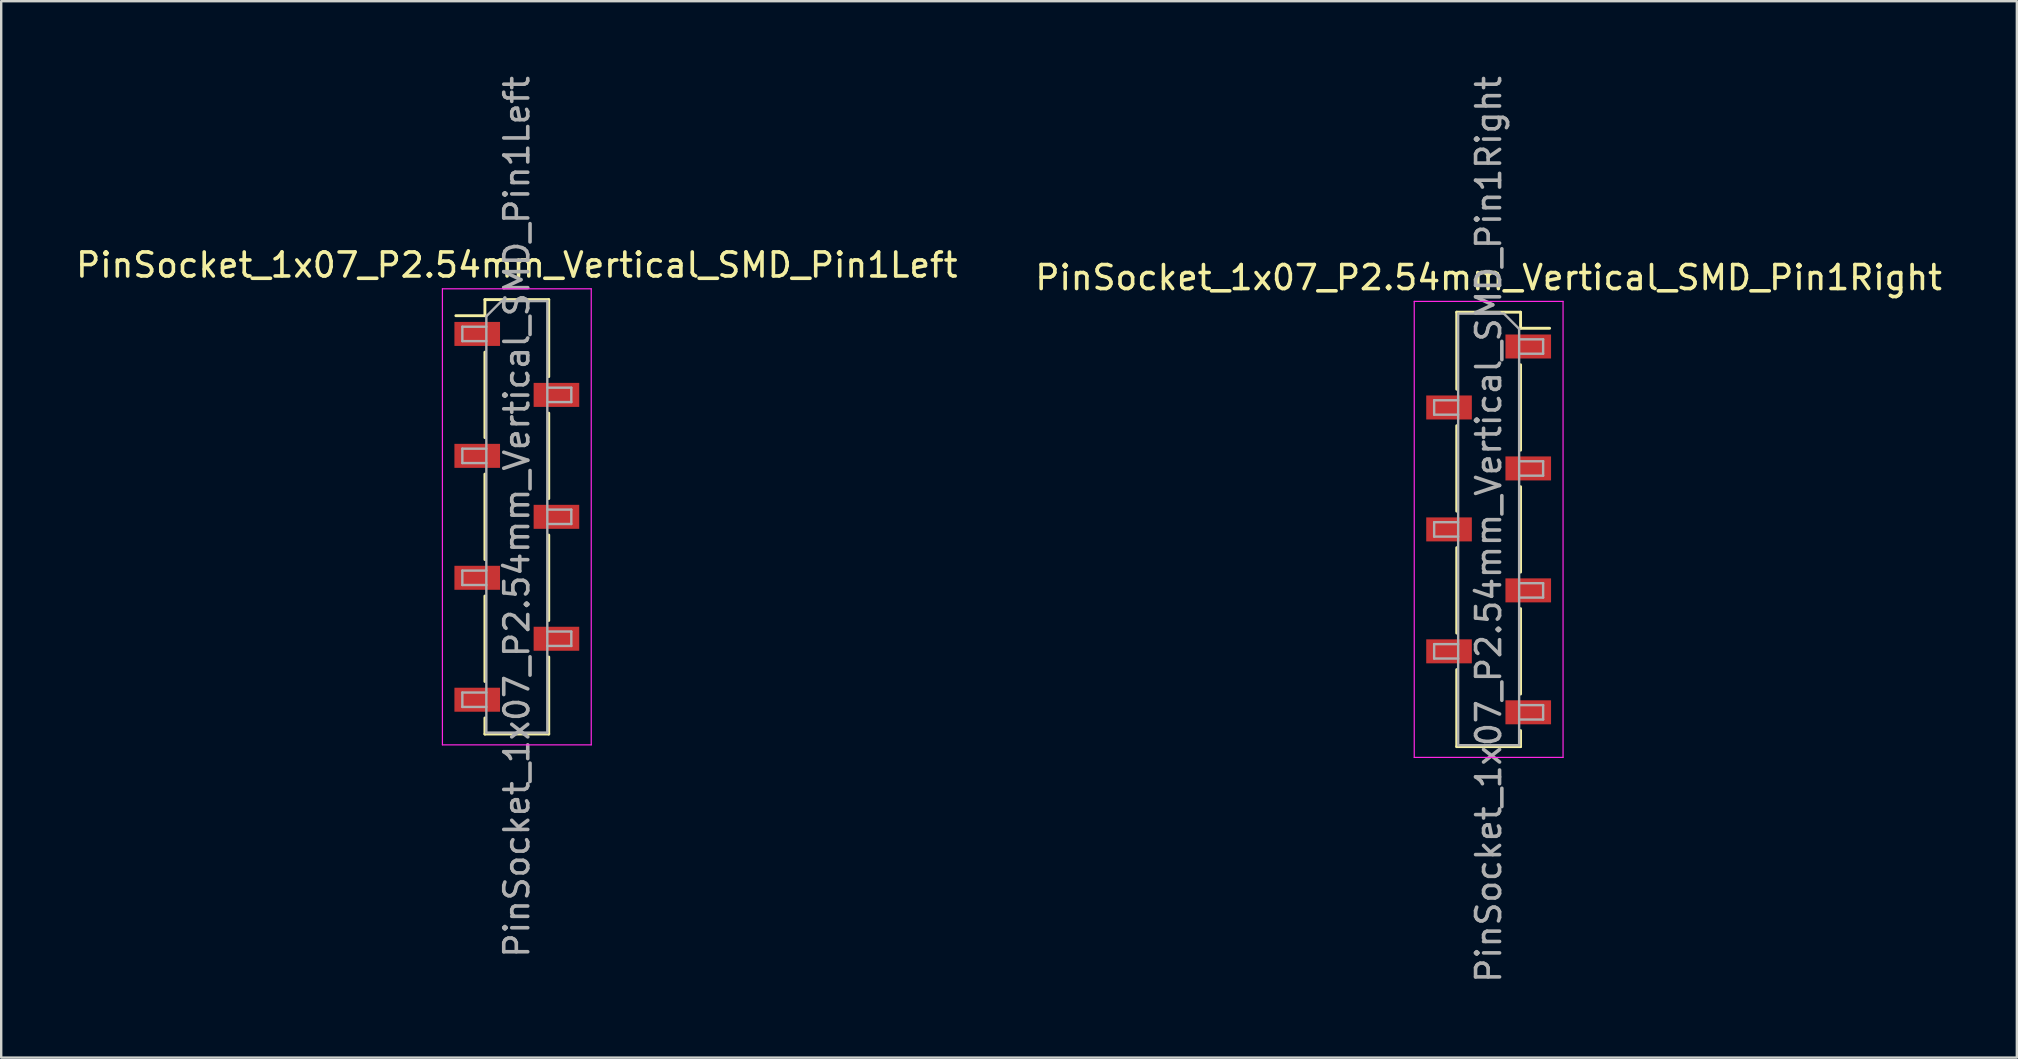
<source format=kicad_pcb>
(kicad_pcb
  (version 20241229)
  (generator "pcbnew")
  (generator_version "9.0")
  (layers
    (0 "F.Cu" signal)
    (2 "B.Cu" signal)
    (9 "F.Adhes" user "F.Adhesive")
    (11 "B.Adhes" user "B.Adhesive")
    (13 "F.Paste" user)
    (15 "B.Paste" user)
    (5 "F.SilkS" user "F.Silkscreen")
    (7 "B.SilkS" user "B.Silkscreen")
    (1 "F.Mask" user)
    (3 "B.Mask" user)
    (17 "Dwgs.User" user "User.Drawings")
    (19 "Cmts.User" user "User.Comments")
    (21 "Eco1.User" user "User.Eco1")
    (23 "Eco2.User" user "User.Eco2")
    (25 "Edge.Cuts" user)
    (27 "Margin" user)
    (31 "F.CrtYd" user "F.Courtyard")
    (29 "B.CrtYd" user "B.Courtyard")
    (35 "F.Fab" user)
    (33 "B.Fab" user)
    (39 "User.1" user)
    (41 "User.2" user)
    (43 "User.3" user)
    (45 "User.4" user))
  (footprint "PinSocket_1x07_P2.54mm_Vertical_SMD_Pin1Right"
    (layer "F.Cu")
    (at 58.97 19.006)
    (property "Reference" "PinSocket_1x07_P2.54mm_Vertical_SMD_Pin1Right" (at 0 -10.49 0) (layer "F.SilkS") (effects (font (size 1 1) (thickness 0.15))))
    (attr smd)
    (fp_line (start -1.33 -9.05) (end -1.33 -5.84) (stroke (width 0.12) (type solid)) (layer "F.SilkS"))
    (fp_line (start -1.33 -9.05) (end 1.33 -9.05) (stroke (width 0.12) (type solid)) (layer "F.SilkS"))
    (fp_line (start -1.33 -4.32) (end -1.33 -0.76) (stroke (width 0.12) (type solid)) (layer "F.SilkS"))
    (fp_line (start -1.33 0.76) (end -1.33 4.32) (stroke (width 0.12) (type solid)) (layer "F.SilkS"))
    (fp_line (start -1.33 5.84) (end -1.33 9.05) (stroke (width 0.12) (type solid)) (layer "F.SilkS"))
    (fp_line (start -1.33 9.05) (end 1.33 9.05) (stroke (width 0.12) (type solid)) (layer "F.SilkS"))
    (fp_line (start 1.33 -9.05) (end 1.33 -8.38) (stroke (width 0.12) (type solid)) (layer "F.SilkS"))
    (fp_line (start 1.33 -8.38) (end 2.54 -8.38) (stroke (width 0.12) (type solid)) (layer "F.SilkS"))
    (fp_line (start 1.33 -6.86) (end 1.33 -3.3) (stroke (width 0.12) (type solid)) (layer "F.SilkS"))
    (fp_line (start 1.33 -1.78) (end 1.33 1.78) (stroke (width 0.12) (type solid)) (layer "F.SilkS"))
    (fp_line (start 1.33 3.3) (end 1.33 6.86) (stroke (width 0.12) (type solid)) (layer "F.SilkS"))
    (fp_line (start 1.33 8.38) (end 1.33 9.05) (stroke (width 0.12) (type solid)) (layer "F.SilkS"))
    (fp_line (start -3.1 -9.5) (end 3.1 -9.5) (stroke (width 0.05) (type solid)) (layer "F.CrtYd"))
    (fp_line (start -3.1 9.5) (end -3.1 -9.5) (stroke (width 0.05) (type solid)) (layer "F.CrtYd"))
    (fp_line (start 3.1 -9.5) (end 3.1 9.5) (stroke (width 0.05) (type solid)) (layer "F.CrtYd"))
    (fp_line (start 3.1 9.5) (end -3.1 9.5) (stroke (width 0.05) (type solid)) (layer "F.CrtYd"))
    (fp_line (start -2.27 -5.38) (end -1.27 -5.38) (stroke (width 0.1) (type solid)) (layer "F.Fab"))
    (fp_line (start -2.27 -4.78) (end -2.27 -5.38) (stroke (width 0.1) (type solid)) (layer "F.Fab"))
    (fp_line (start -2.27 -0.3) (end -1.27 -0.3) (stroke (width 0.1) (type solid)) (layer "F.Fab"))
    (fp_line (start -2.27 0.3) (end -2.27 -0.3) (stroke (width 0.1) (type solid)) (layer "F.Fab"))
    (fp_line (start -2.27 4.78) (end -1.27 4.78) (stroke (width 0.1) (type solid)) (layer "F.Fab"))
    (fp_line (start -2.27 5.38) (end -2.27 4.78) (stroke (width 0.1) (type solid)) (layer "F.Fab"))
    (fp_line (start -1.27 -8.99) (end 0.635 -8.99) (stroke (width 0.1) (type solid)) (layer "F.Fab"))
    (fp_line (start -1.27 -4.78) (end -2.27 -4.78) (stroke (width 0.1) (type solid)) (layer "F.Fab"))
    (fp_line (start -1.27 0.3) (end -2.27 0.3) (stroke (width 0.1) (type solid)) (layer "F.Fab"))
    (fp_line (start -1.27 5.38) (end -2.27 5.38) (stroke (width 0.1) (type solid)) (layer "F.Fab"))
    (fp_line (start -1.27 8.99) (end -1.27 -8.99) (stroke (width 0.1) (type solid)) (layer "F.Fab"))
    (fp_line (start 0.635 -8.99) (end 1.27 -8.355) (stroke (width 0.1) (type solid)) (layer "F.Fab"))
    (fp_line (start 1.27 -8.355) (end 1.27 8.99) (stroke (width 0.1) (type solid)) (layer "F.Fab"))
    (fp_line (start 1.27 -7.92) (end 2.27 -7.92) (stroke (width 0.1) (type solid)) (layer "F.Fab"))
    (fp_line (start 1.27 -2.84) (end 2.27 -2.84) (stroke (width 0.1) (type solid)) (layer "F.Fab"))
    (fp_line (start 1.27 2.24) (end 2.27 2.24) (stroke (width 0.1) (type solid)) (layer "F.Fab"))
    (fp_line (start 1.27 7.32) (end 2.27 7.32) (stroke (width 0.1) (type solid)) (layer "F.Fab"))
    (fp_line (start 1.27 8.99) (end -1.27 8.99) (stroke (width 0.1) (type solid)) (layer "F.Fab"))
    (fp_line (start 2.27 -7.92) (end 2.27 -7.32) (stroke (width 0.1) (type solid)) (layer "F.Fab"))
    (fp_line (start 2.27 -7.32) (end 1.27 -7.32) (stroke (width 0.1) (type solid)) (layer "F.Fab"))
    (fp_line (start 2.27 -2.84) (end 2.27 -2.24) (stroke (width 0.1) (type solid)) (layer "F.Fab"))
    (fp_line (start 2.27 -2.24) (end 1.27 -2.24) (stroke (width 0.1) (type solid)) (layer "F.Fab"))
    (fp_line (start 2.27 2.24) (end 2.27 2.84) (stroke (width 0.1) (type solid)) (layer "F.Fab"))
    (fp_line (start 2.27 2.84) (end 1.27 2.84) (stroke (width 0.1) (type solid)) (layer "F.Fab"))
    (fp_line (start 2.27 7.32) (end 2.27 7.92) (stroke (width 0.1) (type solid)) (layer "F.Fab"))
    (fp_line (start 2.27 7.92) (end 1.27 7.92) (stroke (width 0.1) (type solid)) (layer "F.Fab"))
    (fp_text user "${REFERENCE}" (at 0 0 90) (layer "F.Fab") (effects (font (size 1 1) (thickness 0.15))))
    (pad "1" smd rect (at 1.65 -7.62) (size 1.9 1) (layers "F.Cu" "F.Mask" "F.Paste"))
    (pad "2" smd rect (at -1.65 -5.08) (size 1.9 1) (layers "F.Cu" "F.Mask" "F.Paste"))
    (pad "3" smd rect (at 1.65 -2.54) (size 1.9 1) (layers "F.Cu" "F.Mask" "F.Paste"))
    (pad "4" smd rect (at -1.65 0) (size 1.9 1) (layers "F.Cu" "F.Mask" "F.Paste"))
    (pad "5" smd rect (at 1.65 2.54) (size 1.9 1) (layers "F.Cu" "F.Mask" "F.Paste"))
    (pad "6" smd rect (at -1.65 5.08) (size 1.9 1) (layers "F.Cu" "F.Mask" "F.Paste"))
    (pad "7" smd rect (at 1.65 7.62) (size 1.9 1) (layers "F.Cu" "F.Mask" "F.Paste")))
  (footprint "PinSocket_1x07_P2.54mm_Vertical_SMD_Pin1Left"
    (layer "F.Cu")
    (at 18.482 18.482)
    (property "Reference" "PinSocket_1x07_P2.54mm_Vertical_SMD_Pin1Left" (at 0 -10.49 0) (layer "F.SilkS") (effects (font (size 1 1) (thickness 0.15))))
    (attr smd)
    (fp_line (start -2.54 -8.38) (end -1.33 -8.38) (stroke (width 0.12) (type solid)) (layer "F.SilkS"))
    (fp_line (start -1.33 -9.05) (end -1.33 -8.38) (stroke (width 0.12) (type solid)) (layer "F.SilkS"))
    (fp_line (start -1.33 -9.05) (end 1.33 -9.05) (stroke (width 0.12) (type solid)) (layer "F.SilkS"))
    (fp_line (start -1.33 -6.86) (end -1.33 -3.3) (stroke (width 0.12) (type solid)) (layer "F.SilkS"))
    (fp_line (start -1.33 -1.78) (end -1.33 1.78) (stroke (width 0.12) (type solid)) (layer "F.SilkS"))
    (fp_line (start -1.33 3.3) (end -1.33 6.86) (stroke (width 0.12) (type solid)) (layer "F.SilkS"))
    (fp_line (start -1.33 8.38) (end -1.33 9.05) (stroke (width 0.12) (type solid)) (layer "F.SilkS"))
    (fp_line (start -1.33 9.05) (end 1.33 9.05) (stroke (width 0.12) (type solid)) (layer "F.SilkS"))
    (fp_line (start 1.33 -9.05) (end 1.33 -5.84) (stroke (width 0.12) (type solid)) (layer "F.SilkS"))
    (fp_line (start 1.33 -4.32) (end 1.33 -0.76) (stroke (width 0.12) (type solid)) (layer "F.SilkS"))
    (fp_line (start 1.33 0.76) (end 1.33 4.32) (stroke (width 0.12) (type solid)) (layer "F.SilkS"))
    (fp_line (start 1.33 5.84) (end 1.33 9.05) (stroke (width 0.12) (type solid)) (layer "F.SilkS"))
    (fp_line (start -3.1 -9.5) (end 3.1 -9.5) (stroke (width 0.05) (type solid)) (layer "F.CrtYd"))
    (fp_line (start -3.1 9.5) (end -3.1 -9.5) (stroke (width 0.05) (type solid)) (layer "F.CrtYd"))
    (fp_line (start 3.1 -9.5) (end 3.1 9.5) (stroke (width 0.05) (type solid)) (layer "F.CrtYd"))
    (fp_line (start 3.1 9.5) (end -3.1 9.5) (stroke (width 0.05) (type solid)) (layer "F.CrtYd"))
    (fp_line (start -2.27 -7.92) (end -1.27 -7.92) (stroke (width 0.1) (type solid)) (layer "F.Fab"))
    (fp_line (start -2.27 -7.32) (end -2.27 -7.92) (stroke (width 0.1) (type solid)) (layer "F.Fab"))
    (fp_line (start -2.27 -2.84) (end -1.27 -2.84) (stroke (width 0.1) (type solid)) (layer "F.Fab"))
    (fp_line (start -2.27 -2.24) (end -2.27 -2.84) (stroke (width 0.1) (type solid)) (layer "F.Fab"))
    (fp_line (start -2.27 2.24) (end -1.27 2.24) (stroke (width 0.1) (type solid)) (layer "F.Fab"))
    (fp_line (start -2.27 2.84) (end -2.27 2.24) (stroke (width 0.1) (type solid)) (layer "F.Fab"))
    (fp_line (start -2.27 7.32) (end -1.27 7.32) (stroke (width 0.1) (type solid)) (layer "F.Fab"))
    (fp_line (start -2.27 7.92) (end -2.27 7.32) (stroke (width 0.1) (type solid)) (layer "F.Fab"))
    (fp_line (start -1.27 -8.355) (end -0.635 -8.99) (stroke (width 0.1) (type solid)) (layer "F.Fab"))
    (fp_line (start -1.27 -7.32) (end -2.27 -7.32) (stroke (width 0.1) (type solid)) (layer "F.Fab"))
    (fp_line (start -1.27 -2.24) (end -2.27 -2.24) (stroke (width 0.1) (type solid)) (layer "F.Fab"))
    (fp_line (start -1.27 2.84) (end -2.27 2.84) (stroke (width 0.1) (type solid)) (layer "F.Fab"))
    (fp_line (start -1.27 7.92) (end -2.27 7.92) (stroke (width 0.1) (type solid)) (layer "F.Fab"))
    (fp_line (start -1.27 8.99) (end -1.27 -8.355) (stroke (width 0.1) (type solid)) (layer "F.Fab"))
    (fp_line (start -0.635 -8.99) (end 1.27 -8.99) (stroke (width 0.1) (type solid)) (layer "F.Fab"))
    (fp_line (start 1.27 -8.99) (end 1.27 8.99) (stroke (width 0.1) (type solid)) (layer "F.Fab"))
    (fp_line (start 1.27 -5.38) (end 2.27 -5.38) (stroke (width 0.1) (type solid)) (layer "F.Fab"))
    (fp_line (start 1.27 -0.3) (end 2.27 -0.3) (stroke (width 0.1) (type solid)) (layer "F.Fab"))
    (fp_line (start 1.27 4.78) (end 2.27 4.78) (stroke (width 0.1) (type solid)) (layer "F.Fab"))
    (fp_line (start 1.27 8.99) (end -1.27 8.99) (stroke (width 0.1) (type solid)) (layer "F.Fab"))
    (fp_line (start 2.27 -5.38) (end 2.27 -4.78) (stroke (width 0.1) (type solid)) (layer "F.Fab"))
    (fp_line (start 2.27 -4.78) (end 1.27 -4.78) (stroke (width 0.1) (type solid)) (layer "F.Fab"))
    (fp_line (start 2.27 -0.3) (end 2.27 0.3) (stroke (width 0.1) (type solid)) (layer "F.Fab"))
    (fp_line (start 2.27 0.3) (end 1.27 0.3) (stroke (width 0.1) (type solid)) (layer "F.Fab"))
    (fp_line (start 2.27 4.78) (end 2.27 5.38) (stroke (width 0.1) (type solid)) (layer "F.Fab"))
    (fp_line (start 2.27 5.38) (end 1.27 5.38) (stroke (width 0.1) (type solid)) (layer "F.Fab"))
    (fp_text user "${REFERENCE}" (at 0 0 90) (layer "F.Fab") (effects (font (size 1 1) (thickness 0.15))))
    (pad "1" smd rect (at -1.65 -7.62) (size 1.9 1) (layers "F.Cu" "F.Mask" "F.Paste"))
    (pad "2" smd rect (at 1.65 -5.08) (size 1.9 1) (layers "F.Cu" "F.Mask" "F.Paste"))
    (pad "3" smd rect (at -1.65 -2.54) (size 1.9 1) (layers "F.Cu" "F.Mask" "F.Paste"))
    (pad "4" smd rect (at 1.65 0) (size 1.9 1) (layers "F.Cu" "F.Mask" "F.Paste"))
    (pad "5" smd rect (at -1.65 2.54) (size 1.9 1) (layers "F.Cu" "F.Mask" "F.Paste"))
    (pad "6" smd rect (at 1.65 5.08) (size 1.9 1) (layers "F.Cu" "F.Mask" "F.Paste"))
    (pad "7" smd rect (at -1.65 7.62) (size 1.9 1) (layers "F.Cu" "F.Mask" "F.Paste")))
  (gr_rect
    (start -3 -3)
    (end 80.976 41.012)
    (stroke (width 0.1) (type default))
    (fill no)
    (layer "Edge.Cuts")))
</source>
